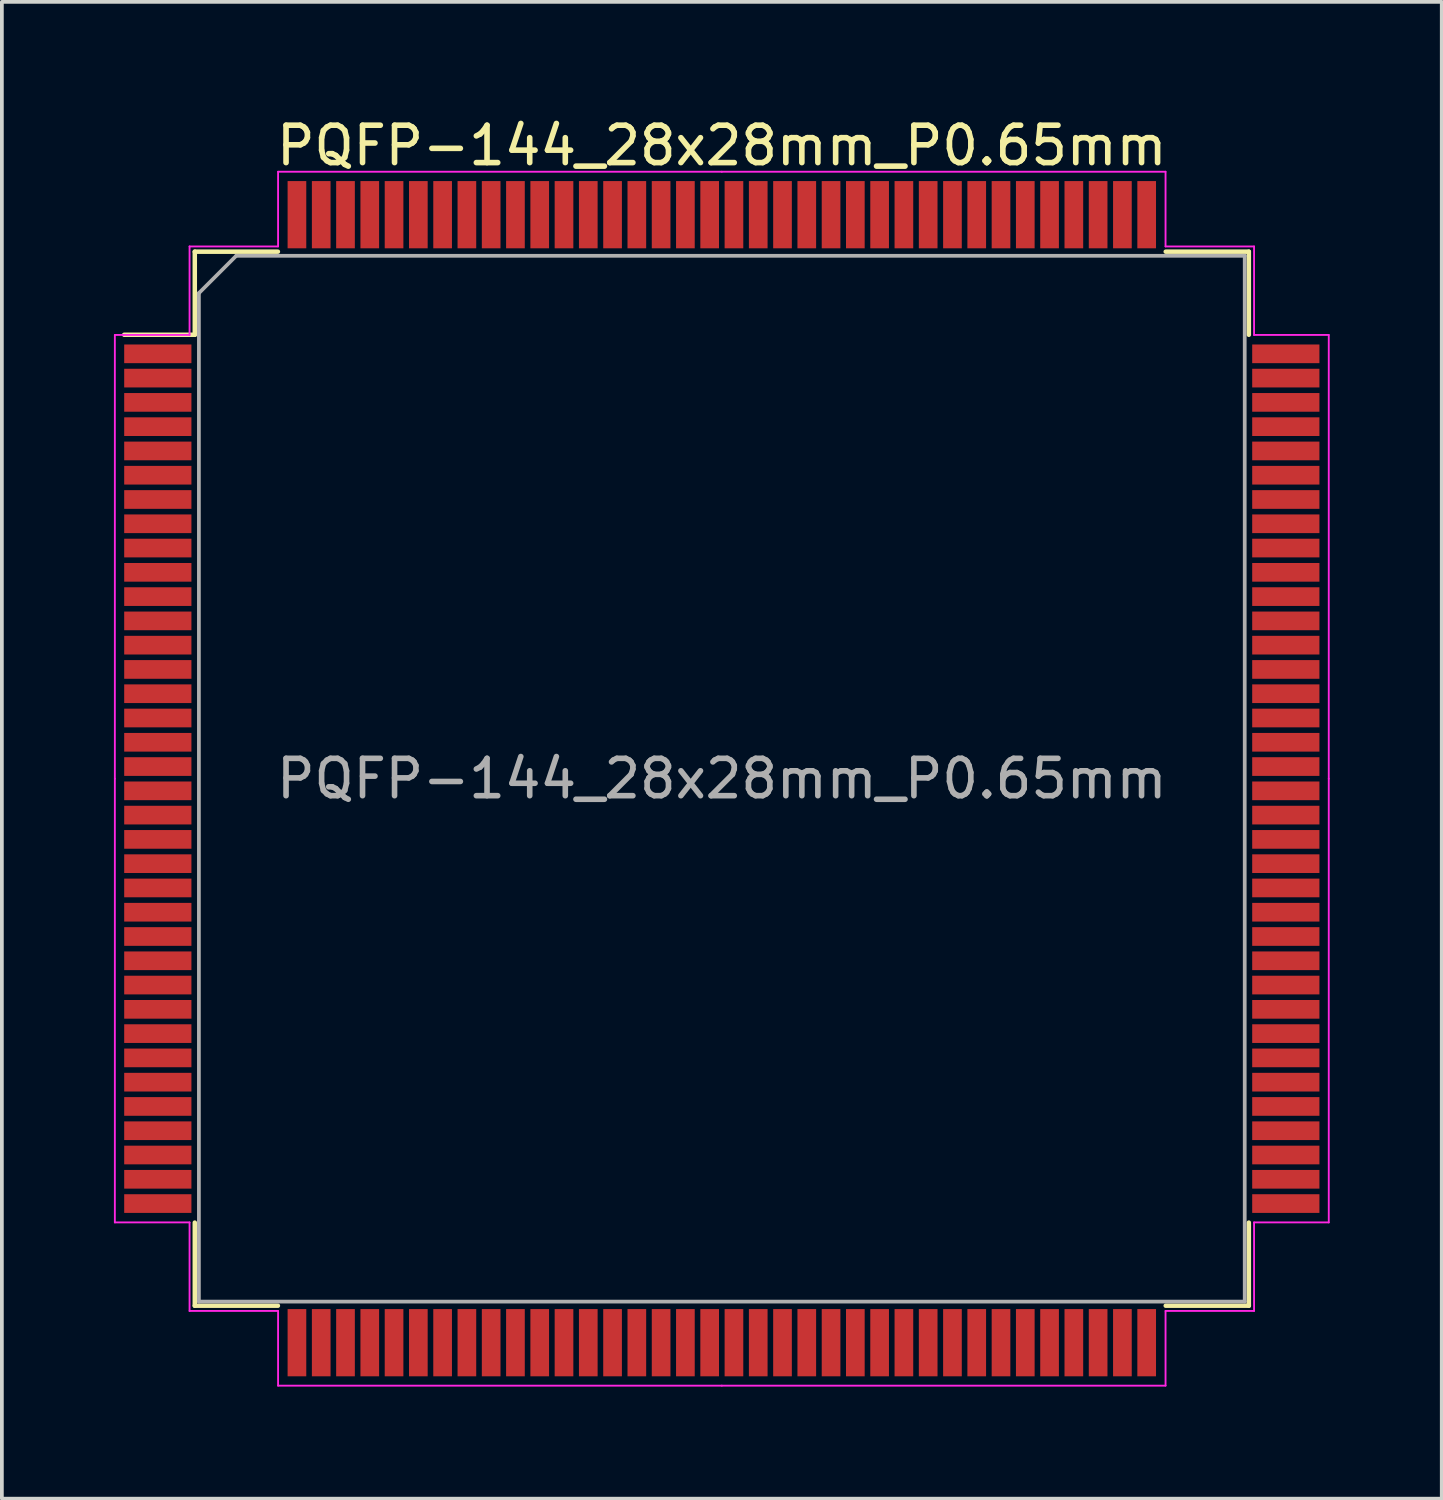
<source format=kicad_pcb>
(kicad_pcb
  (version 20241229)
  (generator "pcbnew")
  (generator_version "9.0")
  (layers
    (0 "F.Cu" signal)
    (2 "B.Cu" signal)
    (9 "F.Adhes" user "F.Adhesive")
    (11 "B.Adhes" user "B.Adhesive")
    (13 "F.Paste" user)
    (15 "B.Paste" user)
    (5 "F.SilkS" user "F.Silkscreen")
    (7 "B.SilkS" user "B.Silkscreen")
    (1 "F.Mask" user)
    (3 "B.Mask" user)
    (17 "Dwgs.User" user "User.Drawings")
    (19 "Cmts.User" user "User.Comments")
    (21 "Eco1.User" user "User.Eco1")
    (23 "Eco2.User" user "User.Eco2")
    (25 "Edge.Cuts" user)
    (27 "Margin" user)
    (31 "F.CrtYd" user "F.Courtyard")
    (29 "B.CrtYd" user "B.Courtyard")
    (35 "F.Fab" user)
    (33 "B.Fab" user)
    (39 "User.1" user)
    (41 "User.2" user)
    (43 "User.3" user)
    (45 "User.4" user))
  (footprint "PQFP-144_28x28mm_P0.65mm"
    (layer "F.Cu")
    (at 16.275 17.798)
    (property "Reference" "PQFP-144_28x28mm_P0.65mm" (at 0 -16.95 0) (layer "F.SilkS") (effects (font (size 1 1) (thickness 0.15))))
    (attr smd)
    (fp_line (start -14.11 -14.11) (end -14.11 -11.885) (stroke (width 0.12) (type solid)) (layer "F.SilkS"))
    (fp_line (start -14.11 -11.885) (end -16 -11.885) (stroke (width 0.12) (type solid)) (layer "F.SilkS"))
    (fp_line (start -14.11 14.11) (end -14.11 11.885) (stroke (width 0.12) (type solid)) (layer "F.SilkS"))
    (fp_line (start -11.885 -14.11) (end -14.11 -14.11) (stroke (width 0.12) (type solid)) (layer "F.SilkS"))
    (fp_line (start -11.885 14.11) (end -14.11 14.11) (stroke (width 0.12) (type solid)) (layer "F.SilkS"))
    (fp_line (start 11.885 -14.11) (end 14.11 -14.11) (stroke (width 0.12) (type solid)) (layer "F.SilkS"))
    (fp_line (start 11.885 14.11) (end 14.11 14.11) (stroke (width 0.12) (type solid)) (layer "F.SilkS"))
    (fp_line (start 14.11 -14.11) (end 14.11 -11.885) (stroke (width 0.12) (type solid)) (layer "F.SilkS"))
    (fp_line (start 14.11 14.11) (end 14.11 11.885) (stroke (width 0.12) (type solid)) (layer "F.SilkS"))
    (fp_line (start -16.25 -11.88) (end -16.25 0) (stroke (width 0.05) (type solid)) (layer "F.CrtYd"))
    (fp_line (start -16.25 11.88) (end -16.25 0) (stroke (width 0.05) (type solid)) (layer "F.CrtYd"))
    (fp_line (start -14.25 -14.25) (end -14.25 -11.88) (stroke (width 0.05) (type solid)) (layer "F.CrtYd"))
    (fp_line (start -14.25 -11.88) (end -16.25 -11.88) (stroke (width 0.05) (type solid)) (layer "F.CrtYd"))
    (fp_line (start -14.25 11.88) (end -16.25 11.88) (stroke (width 0.05) (type solid)) (layer "F.CrtYd"))
    (fp_line (start -14.25 14.25) (end -14.25 11.88) (stroke (width 0.05) (type solid)) (layer "F.CrtYd"))
    (fp_line (start -11.88 -16.25) (end -11.88 -14.25) (stroke (width 0.05) (type solid)) (layer "F.CrtYd"))
    (fp_line (start -11.88 -14.25) (end -14.25 -14.25) (stroke (width 0.05) (type solid)) (layer "F.CrtYd"))
    (fp_line (start -11.88 14.25) (end -14.25 14.25) (stroke (width 0.05) (type solid)) (layer "F.CrtYd"))
    (fp_line (start -11.88 16.25) (end -11.88 14.25) (stroke (width 0.05) (type solid)) (layer "F.CrtYd"))
    (fp_line (start 0 -16.25) (end -11.88 -16.25) (stroke (width 0.05) (type solid)) (layer "F.CrtYd"))
    (fp_line (start 0 -16.25) (end 11.88 -16.25) (stroke (width 0.05) (type solid)) (layer "F.CrtYd"))
    (fp_line (start 0 16.25) (end -11.88 16.25) (stroke (width 0.05) (type solid)) (layer "F.CrtYd"))
    (fp_line (start 0 16.25) (end 11.88 16.25) (stroke (width 0.05) (type solid)) (layer "F.CrtYd"))
    (fp_line (start 11.88 -16.25) (end 11.88 -14.25) (stroke (width 0.05) (type solid)) (layer "F.CrtYd"))
    (fp_line (start 11.88 -14.25) (end 14.25 -14.25) (stroke (width 0.05) (type solid)) (layer "F.CrtYd"))
    (fp_line (start 11.88 14.25) (end 14.25 14.25) (stroke (width 0.05) (type solid)) (layer "F.CrtYd"))
    (fp_line (start 11.88 16.25) (end 11.88 14.25) (stroke (width 0.05) (type solid)) (layer "F.CrtYd"))
    (fp_line (start 14.25 -14.25) (end 14.25 -11.88) (stroke (width 0.05) (type solid)) (layer "F.CrtYd"))
    (fp_line (start 14.25 -11.88) (end 16.25 -11.88) (stroke (width 0.05) (type solid)) (layer "F.CrtYd"))
    (fp_line (start 14.25 11.88) (end 16.25 11.88) (stroke (width 0.05) (type solid)) (layer "F.CrtYd"))
    (fp_line (start 14.25 14.25) (end 14.25 11.88) (stroke (width 0.05) (type solid)) (layer "F.CrtYd"))
    (fp_line (start 16.25 -11.88) (end 16.25 0) (stroke (width 0.05) (type solid)) (layer "F.CrtYd"))
    (fp_line (start 16.25 11.88) (end 16.25 0) (stroke (width 0.05) (type solid)) (layer "F.CrtYd"))
    (fp_line (start -14 -13) (end -13 -14) (stroke (width 0.1) (type solid)) (layer "F.Fab"))
    (fp_line (start -14 14) (end -14 -13) (stroke (width 0.1) (type solid)) (layer "F.Fab"))
    (fp_line (start -13 -14) (end 14 -14) (stroke (width 0.1) (type solid)) (layer "F.Fab"))
    (fp_line (start 14 -14) (end 14 14) (stroke (width 0.1) (type solid)) (layer "F.Fab"))
    (fp_line (start 14 14) (end -14 14) (stroke (width 0.1) (type solid)) (layer "F.Fab"))
    (fp_text user "${REFERENCE}" (at 0 0 0) (layer "F.Fab") (effects (font (size 1 1) (thickness 0.15))))
    (pad "1" smd rect (at -15.1 -11.375) (size 1.8 0.5) (layers "F.Cu" "F.Mask" "F.Paste"))
    (pad "2" smd rect (at -15.1 -10.725) (size 1.8 0.5) (layers "F.Cu" "F.Mask" "F.Paste"))
    (pad "3" smd rect (at -15.1 -10.075) (size 1.8 0.5) (layers "F.Cu" "F.Mask" "F.Paste"))
    (pad "4" smd rect (at -15.1 -9.425) (size 1.8 0.5) (layers "F.Cu" "F.Mask" "F.Paste"))
    (pad "5" smd rect (at -15.1 -8.775) (size 1.8 0.5) (layers "F.Cu" "F.Mask" "F.Paste"))
    (pad "6" smd rect (at -15.1 -8.125) (size 1.8 0.5) (layers "F.Cu" "F.Mask" "F.Paste"))
    (pad "7" smd rect (at -15.1 -7.475) (size 1.8 0.5) (layers "F.Cu" "F.Mask" "F.Paste"))
    (pad "8" smd rect (at -15.1 -6.825) (size 1.8 0.5) (layers "F.Cu" "F.Mask" "F.Paste"))
    (pad "9" smd rect (at -15.1 -6.175) (size 1.8 0.5) (layers "F.Cu" "F.Mask" "F.Paste"))
    (pad "10" smd rect (at -15.1 -5.525) (size 1.8 0.5) (layers "F.Cu" "F.Mask" "F.Paste"))
    (pad "11" smd rect (at -15.1 -4.875) (size 1.8 0.5) (layers "F.Cu" "F.Mask" "F.Paste"))
    (pad "12" smd rect (at -15.1 -4.225) (size 1.8 0.5) (layers "F.Cu" "F.Mask" "F.Paste"))
    (pad "13" smd rect (at -15.1 -3.575) (size 1.8 0.5) (layers "F.Cu" "F.Mask" "F.Paste"))
    (pad "14" smd rect (at -15.1 -2.925) (size 1.8 0.5) (layers "F.Cu" "F.Mask" "F.Paste"))
    (pad "15" smd rect (at -15.1 -2.275) (size 1.8 0.5) (layers "F.Cu" "F.Mask" "F.Paste"))
    (pad "16" smd rect (at -15.1 -1.625) (size 1.8 0.5) (layers "F.Cu" "F.Mask" "F.Paste"))
    (pad "17" smd rect (at -15.1 -0.975) (size 1.8 0.5) (layers "F.Cu" "F.Mask" "F.Paste"))
    (pad "18" smd rect (at -15.1 -0.325) (size 1.8 0.5) (layers "F.Cu" "F.Mask" "F.Paste"))
    (pad "19" smd rect (at -15.1 0.325) (size 1.8 0.5) (layers "F.Cu" "F.Mask" "F.Paste"))
    (pad "20" smd rect (at -15.1 0.975) (size 1.8 0.5) (layers "F.Cu" "F.Mask" "F.Paste"))
    (pad "21" smd rect (at -15.1 1.625) (size 1.8 0.5) (layers "F.Cu" "F.Mask" "F.Paste"))
    (pad "22" smd rect (at -15.1 2.275) (size 1.8 0.5) (layers "F.Cu" "F.Mask" "F.Paste"))
    (pad "23" smd rect (at -15.1 2.925) (size 1.8 0.5) (layers "F.Cu" "F.Mask" "F.Paste"))
    (pad "24" smd rect (at -15.1 3.575) (size 1.8 0.5) (layers "F.Cu" "F.Mask" "F.Paste"))
    (pad "25" smd rect (at -15.1 4.225) (size 1.8 0.5) (layers "F.Cu" "F.Mask" "F.Paste"))
    (pad "26" smd rect (at -15.1 4.875) (size 1.8 0.5) (layers "F.Cu" "F.Mask" "F.Paste"))
    (pad "27" smd rect (at -15.1 5.525) (size 1.8 0.5) (layers "F.Cu" "F.Mask" "F.Paste"))
    (pad "28" smd rect (at -15.1 6.175) (size 1.8 0.5) (layers "F.Cu" "F.Mask" "F.Paste"))
    (pad "29" smd rect (at -15.1 6.825) (size 1.8 0.5) (layers "F.Cu" "F.Mask" "F.Paste"))
    (pad "30" smd rect (at -15.1 7.475) (size 1.8 0.5) (layers "F.Cu" "F.Mask" "F.Paste"))
    (pad "31" smd rect (at -15.1 8.125) (size 1.8 0.5) (layers "F.Cu" "F.Mask" "F.Paste"))
    (pad "32" smd rect (at -15.1 8.775) (size 1.8 0.5) (layers "F.Cu" "F.Mask" "F.Paste"))
    (pad "33" smd rect (at -15.1 9.425) (size 1.8 0.5) (layers "F.Cu" "F.Mask" "F.Paste"))
    (pad "34" smd rect (at -15.1 10.075) (size 1.8 0.5) (layers "F.Cu" "F.Mask" "F.Paste"))
    (pad "35" smd rect (at -15.1 10.725) (size 1.8 0.5) (layers "F.Cu" "F.Mask" "F.Paste"))
    (pad "36" smd rect (at -15.1 11.375) (size 1.8 0.5) (layers "F.Cu" "F.Mask" "F.Paste"))
    (pad "37" smd rect (at -11.375 15.1) (size 0.5 1.8) (layers "F.Cu" "F.Mask" "F.Paste"))
    (pad "38" smd rect (at -10.725 15.1) (size 0.5 1.8) (layers "F.Cu" "F.Mask" "F.Paste"))
    (pad "39" smd rect (at -10.075 15.1) (size 0.5 1.8) (layers "F.Cu" "F.Mask" "F.Paste"))
    (pad "40" smd rect (at -9.425 15.1) (size 0.5 1.8) (layers "F.Cu" "F.Mask" "F.Paste"))
    (pad "41" smd rect (at -8.775 15.1) (size 0.5 1.8) (layers "F.Cu" "F.Mask" "F.Paste"))
    (pad "42" smd rect (at -8.125 15.1) (size 0.5 1.8) (layers "F.Cu" "F.Mask" "F.Paste"))
    (pad "43" smd rect (at -7.475 15.1) (size 0.5 1.8) (layers "F.Cu" "F.Mask" "F.Paste"))
    (pad "44" smd rect (at -6.825 15.1) (size 0.5 1.8) (layers "F.Cu" "F.Mask" "F.Paste"))
    (pad "45" smd rect (at -6.175 15.1) (size 0.5 1.8) (layers "F.Cu" "F.Mask" "F.Paste"))
    (pad "46" smd rect (at -5.525 15.1) (size 0.5 1.8) (layers "F.Cu" "F.Mask" "F.Paste"))
    (pad "47" smd rect (at -4.875 15.1) (size 0.5 1.8) (layers "F.Cu" "F.Mask" "F.Paste"))
    (pad "48" smd rect (at -4.225 15.1) (size 0.5 1.8) (layers "F.Cu" "F.Mask" "F.Paste"))
    (pad "49" smd rect (at -3.575 15.1) (size 0.5 1.8) (layers "F.Cu" "F.Mask" "F.Paste"))
    (pad "50" smd rect (at -2.925 15.1) (size 0.5 1.8) (layers "F.Cu" "F.Mask" "F.Paste"))
    (pad "51" smd rect (at -2.275 15.1) (size 0.5 1.8) (layers "F.Cu" "F.Mask" "F.Paste"))
    (pad "52" smd rect (at -1.625 15.1) (size 0.5 1.8) (layers "F.Cu" "F.Mask" "F.Paste"))
    (pad "53" smd rect (at -0.975 15.1) (size 0.5 1.8) (layers "F.Cu" "F.Mask" "F.Paste"))
    (pad "54" smd rect (at -0.325 15.1) (size 0.5 1.8) (layers "F.Cu" "F.Mask" "F.Paste"))
    (pad "55" smd rect (at 0.325 15.1) (size 0.5 1.8) (layers "F.Cu" "F.Mask" "F.Paste"))
    (pad "56" smd rect (at 0.975 15.1) (size 0.5 1.8) (layers "F.Cu" "F.Mask" "F.Paste"))
    (pad "57" smd rect (at 1.625 15.1) (size 0.5 1.8) (layers "F.Cu" "F.Mask" "F.Paste"))
    (pad "58" smd rect (at 2.275 15.1) (size 0.5 1.8) (layers "F.Cu" "F.Mask" "F.Paste"))
    (pad "59" smd rect (at 2.925 15.1) (size 0.5 1.8) (layers "F.Cu" "F.Mask" "F.Paste"))
    (pad "60" smd rect (at 3.575 15.1) (size 0.5 1.8) (layers "F.Cu" "F.Mask" "F.Paste"))
    (pad "61" smd rect (at 4.225 15.1) (size 0.5 1.8) (layers "F.Cu" "F.Mask" "F.Paste"))
    (pad "62" smd rect (at 4.875 15.1) (size 0.5 1.8) (layers "F.Cu" "F.Mask" "F.Paste"))
    (pad "63" smd rect (at 5.525 15.1) (size 0.5 1.8) (layers "F.Cu" "F.Mask" "F.Paste"))
    (pad "64" smd rect (at 6.175 15.1) (size 0.5 1.8) (layers "F.Cu" "F.Mask" "F.Paste"))
    (pad "65" smd rect (at 6.825 15.1) (size 0.5 1.8) (layers "F.Cu" "F.Mask" "F.Paste"))
    (pad "66" smd rect (at 7.475 15.1) (size 0.5 1.8) (layers "F.Cu" "F.Mask" "F.Paste"))
    (pad "67" smd rect (at 8.125 15.1) (size 0.5 1.8) (layers "F.Cu" "F.Mask" "F.Paste"))
    (pad "68" smd rect (at 8.775 15.1) (size 0.5 1.8) (layers "F.Cu" "F.Mask" "F.Paste"))
    (pad "69" smd rect (at 9.425 15.1) (size 0.5 1.8) (layers "F.Cu" "F.Mask" "F.Paste"))
    (pad "70" smd rect (at 10.075 15.1) (size 0.5 1.8) (layers "F.Cu" "F.Mask" "F.Paste"))
    (pad "71" smd rect (at 10.725 15.1) (size 0.5 1.8) (layers "F.Cu" "F.Mask" "F.Paste"))
    (pad "72" smd rect (at 11.375 15.1) (size 0.5 1.8) (layers "F.Cu" "F.Mask" "F.Paste"))
    (pad "73" smd rect (at 15.1 11.375) (size 1.8 0.5) (layers "F.Cu" "F.Mask" "F.Paste"))
    (pad "74" smd rect (at 15.1 10.725) (size 1.8 0.5) (layers "F.Cu" "F.Mask" "F.Paste"))
    (pad "75" smd rect (at 15.1 10.075) (size 1.8 0.5) (layers "F.Cu" "F.Mask" "F.Paste"))
    (pad "76" smd rect (at 15.1 9.425) (size 1.8 0.5) (layers "F.Cu" "F.Mask" "F.Paste"))
    (pad "77" smd rect (at 15.1 8.775) (size 1.8 0.5) (layers "F.Cu" "F.Mask" "F.Paste"))
    (pad "78" smd rect (at 15.1 8.125) (size 1.8 0.5) (layers "F.Cu" "F.Mask" "F.Paste"))
    (pad "79" smd rect (at 15.1 7.475) (size 1.8 0.5) (layers "F.Cu" "F.Mask" "F.Paste"))
    (pad "80" smd rect (at 15.1 6.825) (size 1.8 0.5) (layers "F.Cu" "F.Mask" "F.Paste"))
    (pad "81" smd rect (at 15.1 6.175) (size 1.8 0.5) (layers "F.Cu" "F.Mask" "F.Paste"))
    (pad "82" smd rect (at 15.1 5.525) (size 1.8 0.5) (layers "F.Cu" "F.Mask" "F.Paste"))
    (pad "83" smd rect (at 15.1 4.875) (size 1.8 0.5) (layers "F.Cu" "F.Mask" "F.Paste"))
    (pad "84" smd rect (at 15.1 4.225) (size 1.8 0.5) (layers "F.Cu" "F.Mask" "F.Paste"))
    (pad "85" smd rect (at 15.1 3.575) (size 1.8 0.5) (layers "F.Cu" "F.Mask" "F.Paste"))
    (pad "86" smd rect (at 15.1 2.925) (size 1.8 0.5) (layers "F.Cu" "F.Mask" "F.Paste"))
    (pad "87" smd rect (at 15.1 2.275) (size 1.8 0.5) (layers "F.Cu" "F.Mask" "F.Paste"))
    (pad "88" smd rect (at 15.1 1.625) (size 1.8 0.5) (layers "F.Cu" "F.Mask" "F.Paste"))
    (pad "89" smd rect (at 15.1 0.975) (size 1.8 0.5) (layers "F.Cu" "F.Mask" "F.Paste"))
    (pad "90" smd rect (at 15.1 0.325) (size 1.8 0.5) (layers "F.Cu" "F.Mask" "F.Paste"))
    (pad "91" smd rect (at 15.1 -0.325) (size 1.8 0.5) (layers "F.Cu" "F.Mask" "F.Paste"))
    (pad "92" smd rect (at 15.1 -0.975) (size 1.8 0.5) (layers "F.Cu" "F.Mask" "F.Paste"))
    (pad "93" smd rect (at 15.1 -1.625) (size 1.8 0.5) (layers "F.Cu" "F.Mask" "F.Paste"))
    (pad "94" smd rect (at 15.1 -2.275) (size 1.8 0.5) (layers "F.Cu" "F.Mask" "F.Paste"))
    (pad "95" smd rect (at 15.1 -2.925) (size 1.8 0.5) (layers "F.Cu" "F.Mask" "F.Paste"))
    (pad "96" smd rect (at 15.1 -3.575) (size 1.8 0.5) (layers "F.Cu" "F.Mask" "F.Paste"))
    (pad "97" smd rect (at 15.1 -4.225) (size 1.8 0.5) (layers "F.Cu" "F.Mask" "F.Paste"))
    (pad "98" smd rect (at 15.1 -4.875) (size 1.8 0.5) (layers "F.Cu" "F.Mask" "F.Paste"))
    (pad "99" smd rect (at 15.1 -5.525) (size 1.8 0.5) (layers "F.Cu" "F.Mask" "F.Paste"))
    (pad "100" smd rect (at 15.1 -6.175) (size 1.8 0.5) (layers "F.Cu" "F.Mask" "F.Paste"))
    (pad "101" smd rect (at 15.1 -6.825) (size 1.8 0.5) (layers "F.Cu" "F.Mask" "F.Paste"))
    (pad "102" smd rect (at 15.1 -7.475) (size 1.8 0.5) (layers "F.Cu" "F.Mask" "F.Paste"))
    (pad "103" smd rect (at 15.1 -8.125) (size 1.8 0.5) (layers "F.Cu" "F.Mask" "F.Paste"))
    (pad "104" smd rect (at 15.1 -8.775) (size 1.8 0.5) (layers "F.Cu" "F.Mask" "F.Paste"))
    (pad "105" smd rect (at 15.1 -9.425) (size 1.8 0.5) (layers "F.Cu" "F.Mask" "F.Paste"))
    (pad "106" smd rect (at 15.1 -10.075) (size 1.8 0.5) (layers "F.Cu" "F.Mask" "F.Paste"))
    (pad "107" smd rect (at 15.1 -10.725) (size 1.8 0.5) (layers "F.Cu" "F.Mask" "F.Paste"))
    (pad "108" smd rect (at 15.1 -11.375) (size 1.8 0.5) (layers "F.Cu" "F.Mask" "F.Paste"))
    (pad "109" smd rect (at 11.375 -15.1) (size 0.5 1.8) (layers "F.Cu" "F.Mask" "F.Paste"))
    (pad "110" smd rect (at 10.725 -15.1) (size 0.5 1.8) (layers "F.Cu" "F.Mask" "F.Paste"))
    (pad "111" smd rect (at 10.075 -15.1) (size 0.5 1.8) (layers "F.Cu" "F.Mask" "F.Paste"))
    (pad "112" smd rect (at 9.425 -15.1) (size 0.5 1.8) (layers "F.Cu" "F.Mask" "F.Paste"))
    (pad "113" smd rect (at 8.775 -15.1) (size 0.5 1.8) (layers "F.Cu" "F.Mask" "F.Paste"))
    (pad "114" smd rect (at 8.125 -15.1) (size 0.5 1.8) (layers "F.Cu" "F.Mask" "F.Paste"))
    (pad "115" smd rect (at 7.475 -15.1) (size 0.5 1.8) (layers "F.Cu" "F.Mask" "F.Paste"))
    (pad "116" smd rect (at 6.825 -15.1) (size 0.5 1.8) (layers "F.Cu" "F.Mask" "F.Paste"))
    (pad "117" smd rect (at 6.175 -15.1) (size 0.5 1.8) (layers "F.Cu" "F.Mask" "F.Paste"))
    (pad "118" smd rect (at 5.525 -15.1) (size 0.5 1.8) (layers "F.Cu" "F.Mask" "F.Paste"))
    (pad "119" smd rect (at 4.875 -15.1) (size 0.5 1.8) (layers "F.Cu" "F.Mask" "F.Paste"))
    (pad "120" smd rect (at 4.225 -15.1) (size 0.5 1.8) (layers "F.Cu" "F.Mask" "F.Paste"))
    (pad "121" smd rect (at 3.575 -15.1) (size 0.5 1.8) (layers "F.Cu" "F.Mask" "F.Paste"))
    (pad "122" smd rect (at 2.925 -15.1) (size 0.5 1.8) (layers "F.Cu" "F.Mask" "F.Paste"))
    (pad "123" smd rect (at 2.275 -15.1) (size 0.5 1.8) (layers "F.Cu" "F.Mask" "F.Paste"))
    (pad "124" smd rect (at 1.625 -15.1) (size 0.5 1.8) (layers "F.Cu" "F.Mask" "F.Paste"))
    (pad "125" smd rect (at 0.975 -15.1) (size 0.5 1.8) (layers "F.Cu" "F.Mask" "F.Paste"))
    (pad "126" smd rect (at 0.325 -15.1) (size 0.5 1.8) (layers "F.Cu" "F.Mask" "F.Paste"))
    (pad "127" smd rect (at -0.325 -15.1) (size 0.5 1.8) (layers "F.Cu" "F.Mask" "F.Paste"))
    (pad "128" smd rect (at -0.975 -15.1) (size 0.5 1.8) (layers "F.Cu" "F.Mask" "F.Paste"))
    (pad "129" smd rect (at -1.625 -15.1) (size 0.5 1.8) (layers "F.Cu" "F.Mask" "F.Paste"))
    (pad "130" smd rect (at -2.275 -15.1) (size 0.5 1.8) (layers "F.Cu" "F.Mask" "F.Paste"))
    (pad "131" smd rect (at -2.925 -15.1) (size 0.5 1.8) (layers "F.Cu" "F.Mask" "F.Paste"))
    (pad "132" smd rect (at -3.575 -15.1) (size 0.5 1.8) (layers "F.Cu" "F.Mask" "F.Paste"))
    (pad "133" smd rect (at -4.225 -15.1) (size 0.5 1.8) (layers "F.Cu" "F.Mask" "F.Paste"))
    (pad "134" smd rect (at -4.875 -15.1) (size 0.5 1.8) (layers "F.Cu" "F.Mask" "F.Paste"))
    (pad "135" smd rect (at -5.525 -15.1) (size 0.5 1.8) (layers "F.Cu" "F.Mask" "F.Paste"))
    (pad "136" smd rect (at -6.175 -15.1) (size 0.5 1.8) (layers "F.Cu" "F.Mask" "F.Paste"))
    (pad "137" smd rect (at -6.825 -15.1) (size 0.5 1.8) (layers "F.Cu" "F.Mask" "F.Paste"))
    (pad "138" smd rect (at -7.475 -15.1) (size 0.5 1.8) (layers "F.Cu" "F.Mask" "F.Paste"))
    (pad "139" smd rect (at -8.125 -15.1) (size 0.5 1.8) (layers "F.Cu" "F.Mask" "F.Paste"))
    (pad "140" smd rect (at -8.775 -15.1) (size 0.5 1.8) (layers "F.Cu" "F.Mask" "F.Paste"))
    (pad "141" smd rect (at -9.425 -15.1) (size 0.5 1.8) (layers "F.Cu" "F.Mask" "F.Paste"))
    (pad "142" smd rect (at -10.075 -15.1) (size 0.5 1.8) (layers "F.Cu" "F.Mask" "F.Paste"))
    (pad "143" smd rect (at -10.725 -15.1) (size 0.5 1.8) (layers "F.Cu" "F.Mask" "F.Paste"))
    (pad "144" smd rect (at -11.375 -15.1) (size 0.5 1.8) (layers "F.Cu" "F.Mask" "F.Paste")))
  (gr_rect
    (start -3 -3)
    (end 35.55 37.073)
    (stroke (width 0.1) (type default))
    (fill no)
    (layer "Edge.Cuts")))
</source>
